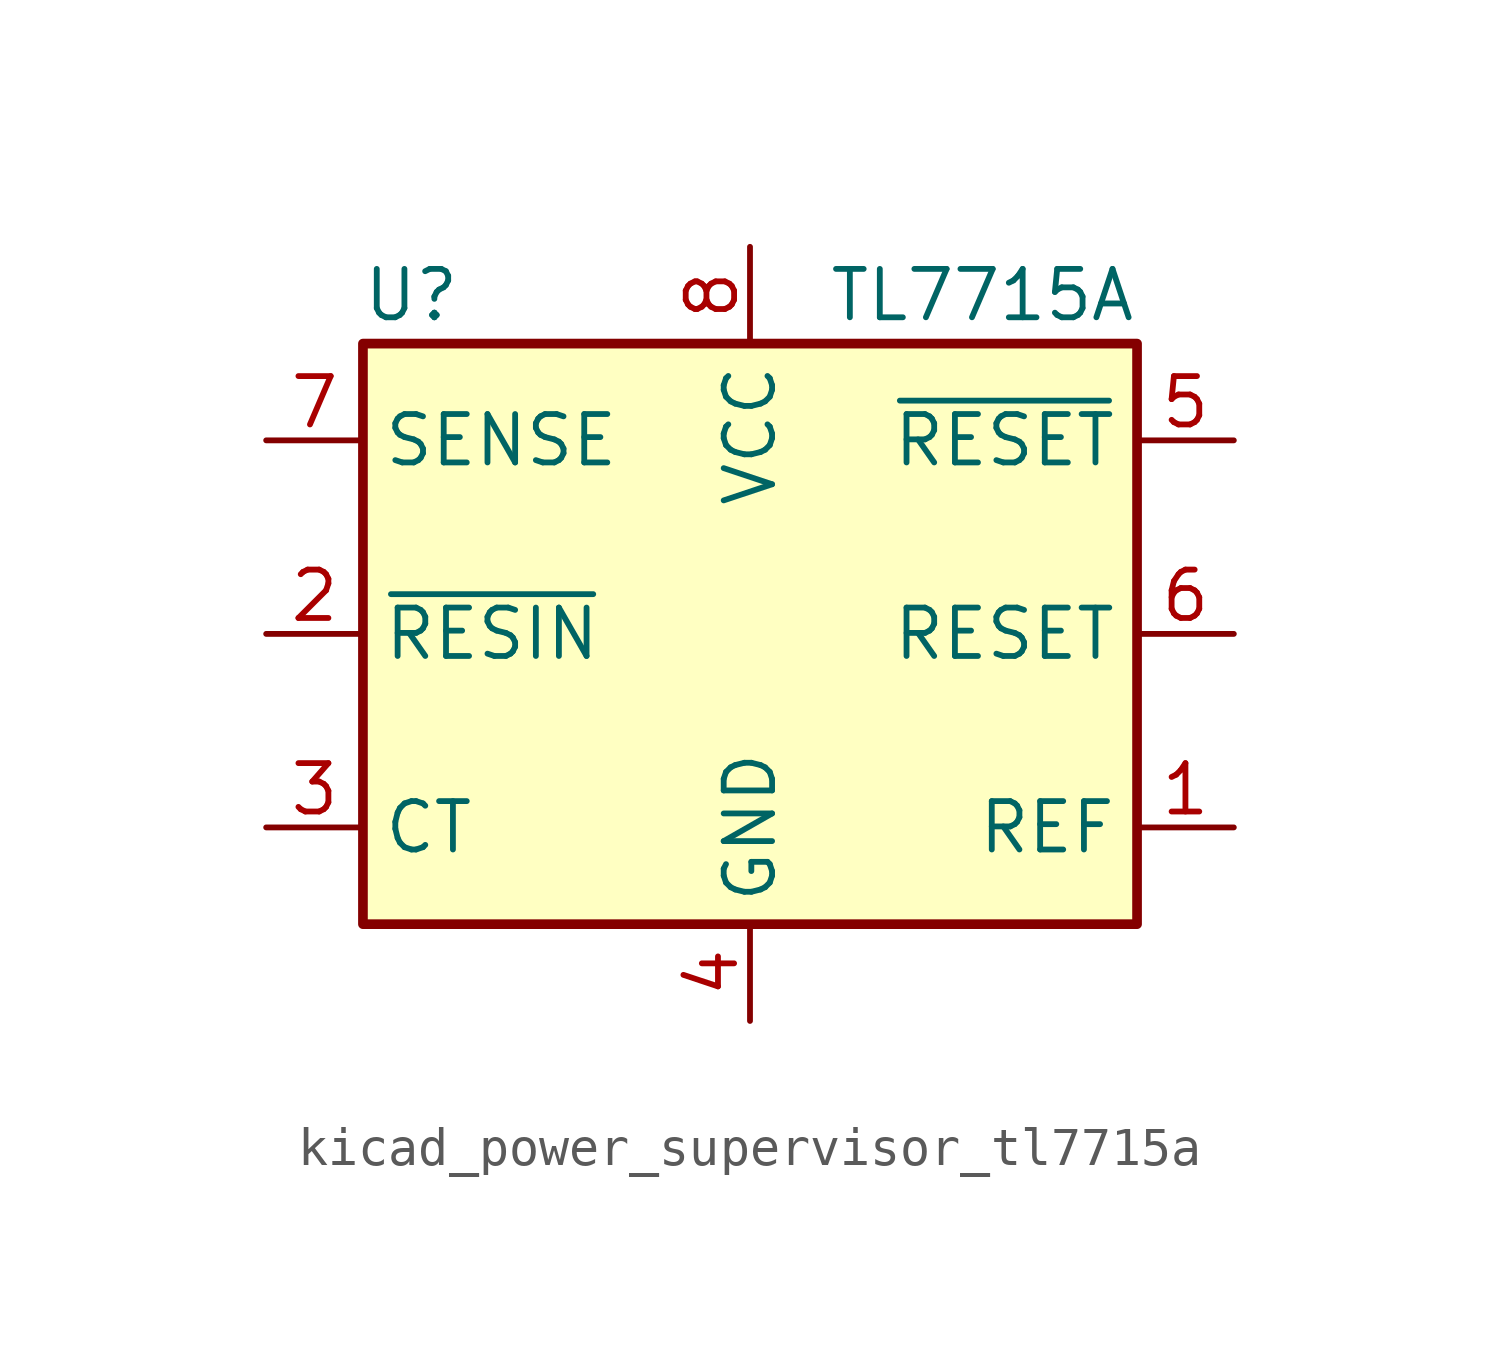
<source format=kicad_sym>
(kicad_symbol_lib
  (version 20220914)
  (generator kicad_symbol_editor)
  (symbol "kicad_power_supervisor_tl7715a"
    (property "Reference" "U"
      (at -8.89 8.89 0)
      (effects (font (size 1.27 1.27))))
    (property "Value" "TL7715A"
      (at 10.16 8.89 0)
      (effects (font (size 1.27 1.27)) (justify right)))
    (symbol "kicad_power_supervisor_tl7715a_0_1"
      (rectangle (start -10.16 7.62) (end 10.16 -7.62) (stroke (width 0.254) (type default)) (fill (type background))))
    (symbol "kicad_power_supervisor_tl7715a_1_1"
      (pin output line (at 12.7 -5.08 180) (length 2.54) (name "REF" (effects (font (size 1.27 1.27)))) (number "1" (effects (font (size 1.27 1.27)))))
      (pin input line (at -12.7 0 0) (length 2.54) (name "~{RESIN}" (effects (font (size 1.27 1.27)))) (number "2" (effects (font (size 1.27 1.27)))))
      (pin passive line (at -12.7 -5.08 0) (length 2.54) (name "CT" (effects (font (size 1.27 1.27)))) (number "3" (effects (font (size 1.27 1.27)))))
      (pin power_in line (at 0 -10.16 90) (length 2.54) (name "GND" (effects (font (size 1.27 1.27)))) (number "4" (effects (font (size 1.27 1.27)))))
      (pin open_collector line (at 12.7 5.08 180) (length 2.54) (name "~{RESET}" (effects (font (size 1.27 1.27)))) (number "5" (effects (font (size 1.27 1.27)))))
      (pin open_collector line (at 12.7 0 180) (length 2.54) (name "RESET" (effects (font (size 1.27 1.27)))) (number "6" (effects (font (size 1.27 1.27)))))
      (pin input line (at -12.7 5.08 0) (length 2.54) (name "SENSE" (effects (font (size 1.27 1.27)))) (number "7" (effects (font (size 1.27 1.27)))))
      (pin power_in line (at 0 10.16 270) (length 2.54) (name "VCC" (effects (font (size 1.27 1.27)))) (number "8" (effects (font (size 1.27 1.27))))))))
</source>
